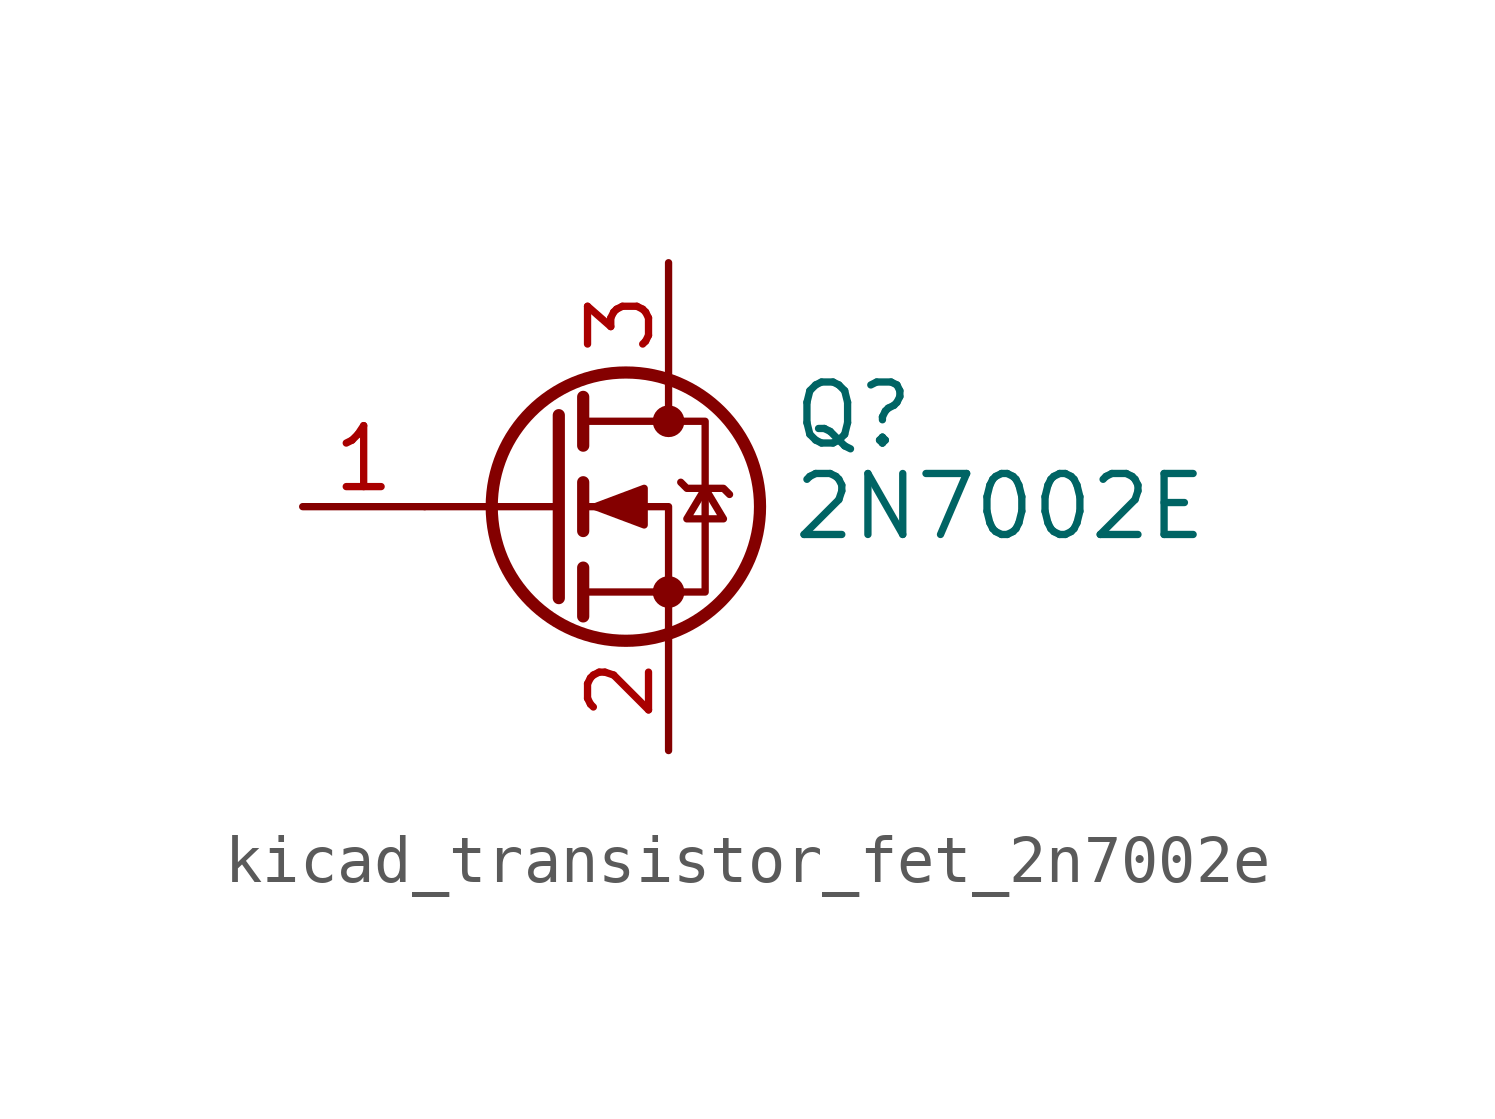
<source format=kicad_sym>
(kicad_symbol_lib
  (version 20220914)
  (generator kicad_symbol_editor)
  (symbol "kicad_transistor_fet_2n7002e"
    (pin_names hide)
    (property "Reference" "Q"
      (at 5.08 1.905 0)
      (effects (font (size 1.27 1.27)) (justify left)))
    (property "Value" "2N7002E"
      (at 5.08 0 0)
      (effects (font (size 1.27 1.27)) (justify left)))
    (symbol "kicad_transistor_fet_2n7002e_0_1"
      (polyline (pts (xy 0.254 0) (xy -2.54 0)) (stroke (width 0) (type default)) (fill (type none)))
      (polyline (pts (xy 0.254 1.905) (xy 0.254 -1.905)) (stroke (width 0.254) (type default)) (fill (type none)))
      (polyline (pts (xy 0.762 -1.27) (xy 0.762 -2.286)) (stroke (width 0.254) (type default)) (fill (type none)))
      (polyline (pts (xy 0.762 0.508) (xy 0.762 -0.508)) (stroke (width 0.254) (type default)) (fill (type none)))
      (polyline (pts (xy 0.762 2.286) (xy 0.762 1.27)) (stroke (width 0.254) (type default)) (fill (type none)))
      (polyline (pts (xy 2.54 2.54) (xy 2.54 1.778)) (stroke (width 0) (type default)) (fill (type none)))
      (polyline (pts (xy 2.54 -2.54) (xy 2.54 0) (xy 0.762 0)) (stroke (width 0) (type default)) (fill (type none)))
      (polyline (pts (xy 0.762 -1.778) (xy 3.302 -1.778) (xy 3.302 1.778) (xy 0.762 1.778)) (stroke (width 0) (type default)) (fill (type none)))
      (polyline (pts (xy 1.016 0) (xy 2.032 0.381) (xy 2.032 -0.381) (xy 1.016 0)) (stroke (width 0) (type default)) (fill (type outline)))
      (polyline (pts (xy 2.794 0.508) (xy 2.921 0.381) (xy 3.683 0.381) (xy 3.81 0.254)) (stroke (width 0) (type default)) (fill (type none)))
      (polyline (pts (xy 3.302 0.381) (xy 2.921 -0.254) (xy 3.683 -0.254) (xy 3.302 0.381)) (stroke (width 0) (type default)) (fill (type none)))
      (circle (center 1.651 0) (radius 2.794) (stroke (width 0.254) (type default)) (fill (type none)))
      (circle (center 2.54 -1.778) (radius 0.254) (stroke (width 0) (type default)) (fill (type outline)))
      (circle (center 2.54 1.778) (radius 0.254) (stroke (width 0) (type default)) (fill (type outline))))
    (symbol "kicad_transistor_fet_2n7002e_1_1"
      (pin input line (at -5.08 0 0) (length 2.54) (name "G" (effects (font (size 1.27 1.27)))) (number "1" (effects (font (size 1.27 1.27)))))
      (pin passive line (at 2.54 -5.08 90) (length 2.54) (name "S" (effects (font (size 1.27 1.27)))) (number "2" (effects (font (size 1.27 1.27)))))
      (pin passive line (at 2.54 5.08 270) (length 2.54) (name "D" (effects (font (size 1.27 1.27)))) (number "3" (effects (font (size 1.27 1.27))))))))
</source>
